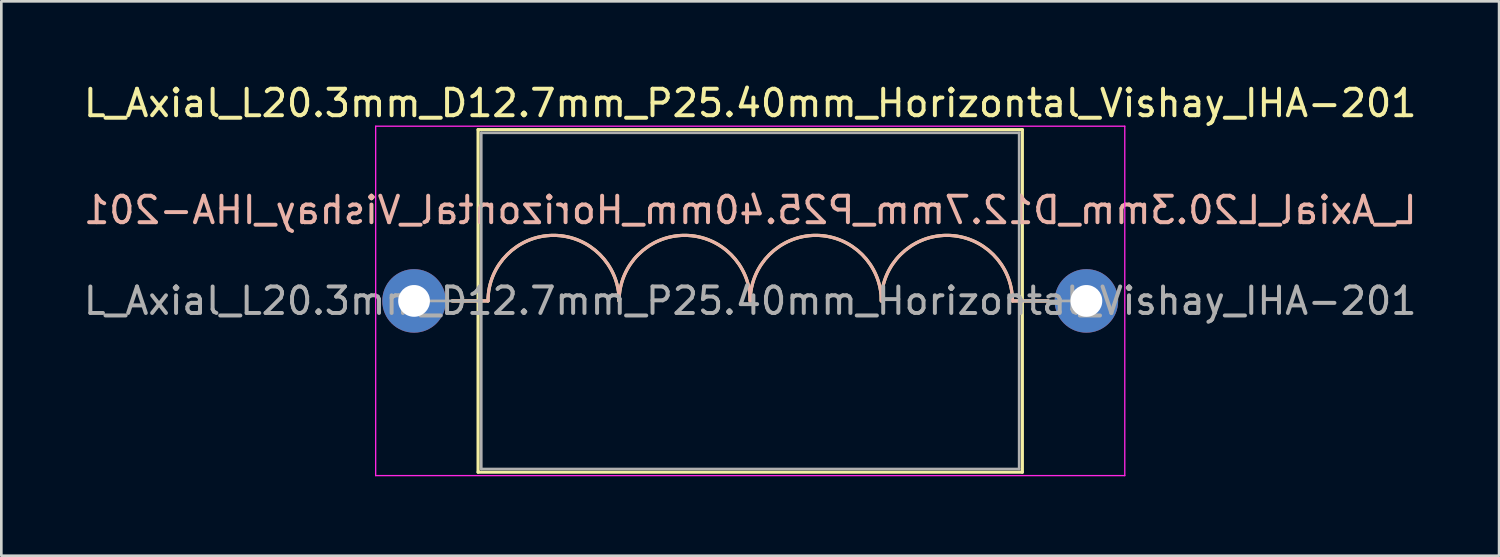
<source format=kicad_pcb>
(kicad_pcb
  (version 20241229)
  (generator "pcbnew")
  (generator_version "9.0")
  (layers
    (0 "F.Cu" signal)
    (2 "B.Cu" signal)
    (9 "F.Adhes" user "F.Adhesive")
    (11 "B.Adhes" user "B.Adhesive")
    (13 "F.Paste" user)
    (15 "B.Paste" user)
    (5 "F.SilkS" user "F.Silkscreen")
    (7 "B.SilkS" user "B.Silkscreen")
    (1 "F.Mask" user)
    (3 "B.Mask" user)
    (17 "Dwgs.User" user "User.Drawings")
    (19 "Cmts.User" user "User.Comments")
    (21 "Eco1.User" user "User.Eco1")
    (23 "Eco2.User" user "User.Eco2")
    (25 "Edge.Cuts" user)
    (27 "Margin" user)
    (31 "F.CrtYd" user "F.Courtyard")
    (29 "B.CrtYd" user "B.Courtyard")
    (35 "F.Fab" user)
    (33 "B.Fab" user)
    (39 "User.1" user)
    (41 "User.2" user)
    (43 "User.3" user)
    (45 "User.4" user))
  (footprint "L_Axial_L20.3mm_D12.7mm_P25.40mm_Horizontal_Vishay_IHA-201"
    (layer "F.Cu")
    (at 12.592 8.318)
    (property "Reference" "L_Axial_L20.3mm_D12.7mm_P25.40mm_Horizontal_Vishay_IHA-201" (at 12.7 -7.47 0) (layer "F.SilkS") (effects (font (size 1 1) (thickness 0.15))))
    (fp_line (start 1.44 0) (end 2.42 0) (stroke (width 0.12) (type solid)) (layer "F.SilkS"))
    (fp_line (start 2.42 -6.47) (end 2.42 6.47) (stroke (width 0.12) (type solid)) (layer "F.SilkS"))
    (fp_line (start 2.42 6.47) (end 22.98 6.47) (stroke (width 0.12) (type solid)) (layer "F.SilkS"))
    (fp_line (start 2.794 0) (end 2.42 0) (stroke (width 0.12) (type solid)) (layer "F.SilkS"))
    (fp_line (start 22.606 0) (end 22.98 0) (stroke (width 0.12) (type solid)) (layer "F.SilkS"))
    (fp_line (start 22.98 -6.47) (end 2.42 -6.47) (stroke (width 0.12) (type solid)) (layer "F.SilkS"))
    (fp_line (start 22.98 6.47) (end 22.98 -6.47) (stroke (width 0.12) (type solid)) (layer "F.SilkS"))
    (fp_line (start 23.96 0) (end 22.98 0) (stroke (width 0.12) (type solid)) (layer "F.SilkS"))
    (fp_arc (start 2.794 0) (mid 5.2705 -2.4765) (end 7.747 0) (stroke (width 0.12) (type solid)) (layer "F.SilkS"))
    (fp_arc (start 7.747 0) (mid 10.2235 -2.4765) (end 12.7 0) (stroke (width 0.12) (type solid)) (layer "F.SilkS"))
    (fp_arc (start 12.7 0) (mid 15.1765 -2.4765) (end 17.653 0) (stroke (width 0.12) (type solid)) (layer "F.SilkS"))
    (fp_arc (start 17.653 0) (mid 20.1295 -2.4765) (end 22.606 0) (stroke (width 0.12) (type solid)) (layer "F.SilkS"))
    (fp_line (start 1.44 0) (end 2.42 0) (stroke (width 0.12) (type solid)) (layer "B.SilkS"))
    (fp_line (start 2.794 0) (end 2.42 0) (stroke (width 0.12) (type solid)) (layer "B.SilkS"))
    (fp_line (start 22.606 0) (end 22.98 0) (stroke (width 0.12) (type solid)) (layer "B.SilkS"))
    (fp_line (start 23.96 0) (end 22.98 0) (stroke (width 0.12) (type solid)) (layer "B.SilkS"))
    (fp_arc (start 2.794 0) (mid 5.2705 -2.4765) (end 7.747 0) (stroke (width 0.12) (type solid)) (layer "B.SilkS"))
    (fp_arc (start 7.747 0) (mid 10.2235 -2.4765) (end 12.7 0) (stroke (width 0.12) (type solid)) (layer "B.SilkS"))
    (fp_arc (start 12.7 0) (mid 15.1765 -2.4765) (end 17.653 0) (stroke (width 0.12) (type solid)) (layer "B.SilkS"))
    (fp_arc (start 17.653 0) (mid 20.1295 -2.4765) (end 22.606 0) (stroke (width 0.12) (type solid)) (layer "B.SilkS"))
    (fp_line (start -1.45 -6.6) (end -1.45 6.6) (stroke (width 0.05) (type solid)) (layer "F.CrtYd"))
    (fp_line (start -1.45 6.6) (end 26.85 6.6) (stroke (width 0.05) (type solid)) (layer "F.CrtYd"))
    (fp_line (start 26.85 -6.6) (end -1.45 -6.6) (stroke (width 0.05) (type solid)) (layer "F.CrtYd"))
    (fp_line (start 26.85 6.6) (end 26.85 -6.6) (stroke (width 0.05) (type solid)) (layer "F.CrtYd"))
    (fp_line (start 0 0) (end 2.54 0) (stroke (width 0.1) (type solid)) (layer "F.Fab"))
    (fp_line (start 2.54 -6.35) (end 2.54 6.35) (stroke (width 0.1) (type solid)) (layer "F.Fab"))
    (fp_line (start 2.54 6.35) (end 22.86 6.35) (stroke (width 0.1) (type solid)) (layer "F.Fab"))
    (fp_line (start 22.86 -6.35) (end 2.54 -6.35) (stroke (width 0.1) (type solid)) (layer "F.Fab"))
    (fp_line (start 22.86 6.35) (end 22.86 -6.35) (stroke (width 0.1) (type solid)) (layer "F.Fab"))
    (fp_line (start 25.4 0) (end 22.86 0) (stroke (width 0.1) (type solid)) (layer "F.Fab"))
    (fp_text user "${REFERENCE}" (at 12.7 -3.429 0) (layer "B.SilkS") (effects (font (size 1 1) (thickness 0.15)) (justify mirror)))
    (fp_text user "${REFERENCE}" (at 12.7 0 0) (layer "F.Fab") (effects (font (size 1 1) (thickness 0.15))))
    (pad "1" thru_hole circle (at 0 0) (size 2.4 2.4) (drill 1.2) (layers "*.Cu" "*.Mask"))
    (pad "2" thru_hole oval (at 25.4 0) (size 2.4 2.4) (drill 1.2) (layers "*.Cu" "*.Mask")))
  (gr_rect
    (start -3 -3)
    (end 53.583 17.943)
    (stroke (width 0.1) (type default))
    (fill no)
    (layer "Edge.Cuts")))
</source>
